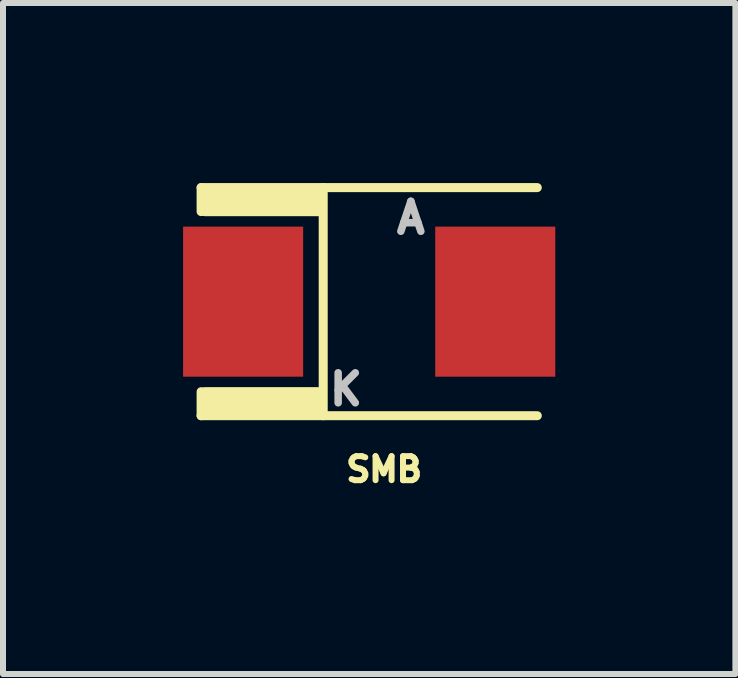
<source format=kicad_pcb>
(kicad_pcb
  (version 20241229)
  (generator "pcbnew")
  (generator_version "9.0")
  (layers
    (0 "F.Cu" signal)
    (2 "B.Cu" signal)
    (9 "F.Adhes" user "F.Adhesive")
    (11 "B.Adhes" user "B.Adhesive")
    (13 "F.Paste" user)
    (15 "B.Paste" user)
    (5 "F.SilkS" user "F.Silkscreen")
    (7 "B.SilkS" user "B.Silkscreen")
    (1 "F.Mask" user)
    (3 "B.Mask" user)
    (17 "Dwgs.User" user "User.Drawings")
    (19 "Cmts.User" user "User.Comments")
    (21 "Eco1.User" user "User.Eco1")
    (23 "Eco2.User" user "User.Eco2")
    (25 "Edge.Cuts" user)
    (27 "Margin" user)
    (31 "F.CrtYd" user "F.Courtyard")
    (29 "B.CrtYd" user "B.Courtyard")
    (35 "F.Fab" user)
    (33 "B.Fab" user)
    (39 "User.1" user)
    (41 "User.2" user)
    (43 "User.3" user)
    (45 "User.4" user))
  (footprint "SMB"
    (layer "F.Cu")
    (at 3.1 1.975)
    (property "Reference" "SMB" (at 0.249 2.794 0) (layer "F.SilkS") (effects (font (size 0.4 0.4) (thickness 0.1))))
    (attr through_hole)
    (fp_line (start -2.8 -1.9) (end -2.8 -1.5) (stroke (width 0.15) (type solid)) (layer "F.SilkS"))
    (fp_line (start -2.8 -1.9) (end 2.8 -1.9) (stroke (width 0.15) (type solid)) (layer "F.SilkS"))
    (fp_line (start -2.8 1.9) (end -2.8 1.5) (stroke (width 0.15) (type solid)) (layer "F.SilkS"))
    (fp_line (start -2.8 1.9) (end 2.8 1.9) (stroke (width 0.15) (type solid)) (layer "F.SilkS"))
    (fp_line (start -2.735 -1.778) (end -0.83 -1.778) (stroke (width 0.2) (type solid)) (layer "F.SilkS"))
    (fp_line (start -2.735 -1.651) (end -0.83 -1.651) (stroke (width 0.2) (type solid)) (layer "F.SilkS"))
    (fp_line (start -2.735 -1.524) (end -0.83 -1.524) (stroke (width 0.2) (type solid)) (layer "F.SilkS"))
    (fp_line (start -2.735 1.524) (end -0.83 1.524) (stroke (width 0.2) (type solid)) (layer "F.SilkS"))
    (fp_line (start -2.735 1.651) (end -0.83 1.651) (stroke (width 0.2) (type solid)) (layer "F.SilkS"))
    (fp_line (start -2.735 1.778) (end -0.83 1.778) (stroke (width 0.2) (type solid)) (layer "F.SilkS"))
    (fp_line (start -0.766 -1.9) (end -0.766 1.9) (stroke (width 0.15) (type solid)) (layer "F.SilkS"))
    (fp_text user "K" (at -0.386 1.46 0) (layer "Dwgs.User") (effects (font (size 0.5 0.5) (thickness 0.125))))
    (fp_text user "A" (at 0.694 -1.397 0) (layer "Dwgs.User") (effects (font (size 0.5 0.5) (thickness 0.125))))
    (pad "1" smd rect (at -2.1 0) (size 2 2.5) (layers "F.Cu" "F.Mask" "F.Paste"))
    (pad "2" smd rect (at 2.1 0) (size 2 2.5) (layers "F.Cu" "F.Mask" "F.Paste")))
  (gr_rect
    (start -3 -3)
    (end 9.2 8.178)
    (stroke (width 0.1) (type default))
    (fill no)
    (layer "Edge.Cuts")))
</source>
